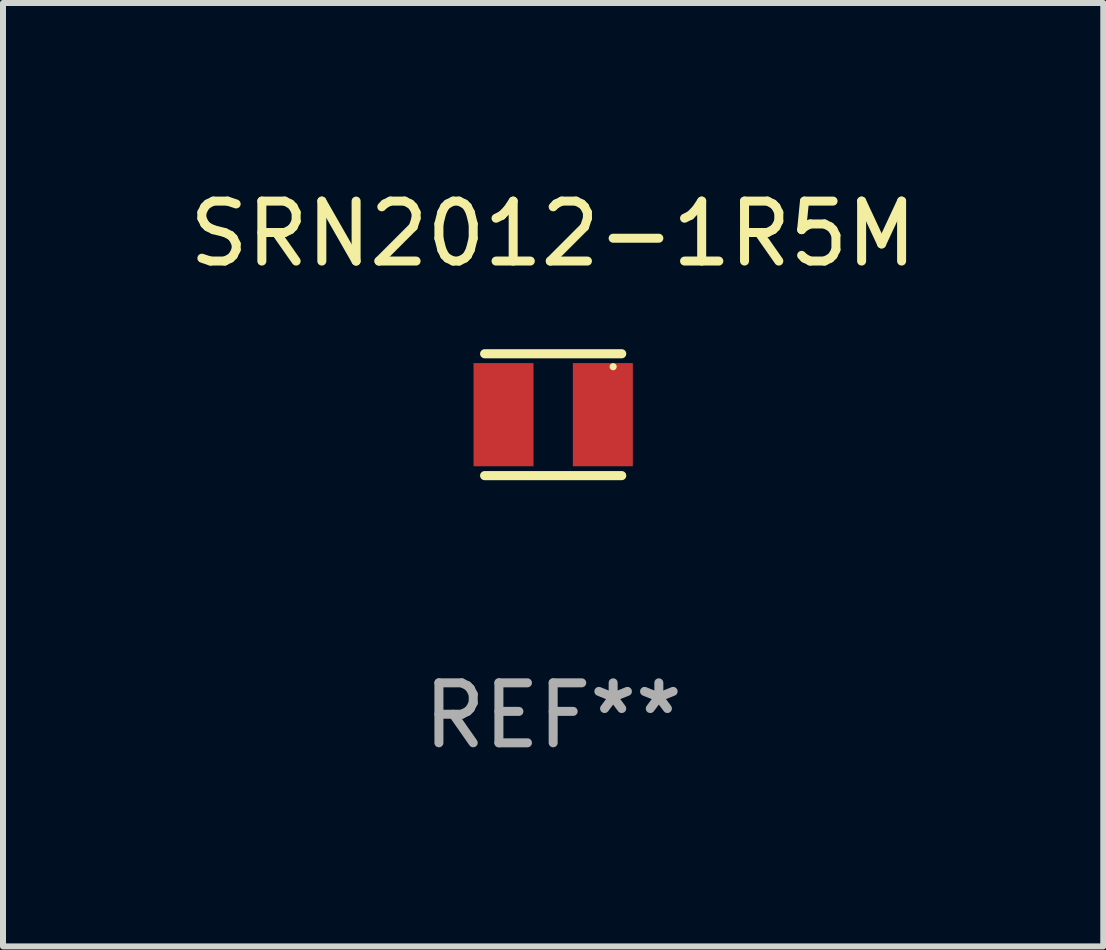
<source format=kicad_pcb>
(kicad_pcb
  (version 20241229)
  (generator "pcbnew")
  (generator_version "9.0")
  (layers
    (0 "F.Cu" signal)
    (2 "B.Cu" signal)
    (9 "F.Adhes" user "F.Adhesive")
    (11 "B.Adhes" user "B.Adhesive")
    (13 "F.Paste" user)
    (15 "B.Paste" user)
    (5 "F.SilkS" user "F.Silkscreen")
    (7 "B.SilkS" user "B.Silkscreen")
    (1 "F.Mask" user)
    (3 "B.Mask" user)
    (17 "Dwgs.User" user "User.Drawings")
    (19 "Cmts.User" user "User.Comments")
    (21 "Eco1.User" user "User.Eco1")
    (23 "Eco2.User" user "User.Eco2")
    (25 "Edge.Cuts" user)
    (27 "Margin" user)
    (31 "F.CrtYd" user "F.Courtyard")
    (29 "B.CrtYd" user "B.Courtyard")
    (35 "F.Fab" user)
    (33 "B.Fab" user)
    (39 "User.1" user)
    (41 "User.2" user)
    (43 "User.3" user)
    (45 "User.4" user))
  (footprint "SRN2012-1R5M"
    (layer "F.Cu")
    (at 6.173 3.864)
    (property "Reference" "SRN2012-1R5M" (at 0 -3.016 0) (layer "F.SilkS") (effects (font (size 1 1) (thickness 0.15))))
    (attr through_hole)
    (fp_line (start -1.143 -1.016) (end 1.143 -1.016) (stroke (width 0.152) (type solid)) (layer "F.SilkS"))
    (fp_line (start 1.143 1.016) (end -1.143 1.016) (stroke (width 0.152) (type solid)) (layer "F.SilkS"))
    (fp_circle (center 1 -0.8) (end 1.03 -0.8) (stroke (width 0.06) (type solid)) (fill no) (layer "F.SilkS"))
    (fp_text user "REF**" (at 0 5.016 0) (layer "F.Fab") (effects (font (size 1 1) (thickness 0.15))))
    (pad "1" smd rect (at 0.828 0) (size 1 1.72) (layers "F.Cu" "F.Mask" "F.Paste"))
    (pad "2" smd rect (at -0.828 0) (size 1 1.72) (layers "F.Cu" "F.Mask" "F.Paste")))
  (gr_rect
    (start -3 -3)
    (end 15.345 12.729)
    (stroke (width 0.1) (type default))
    (fill no)
    (layer "Edge.Cuts")))
</source>
